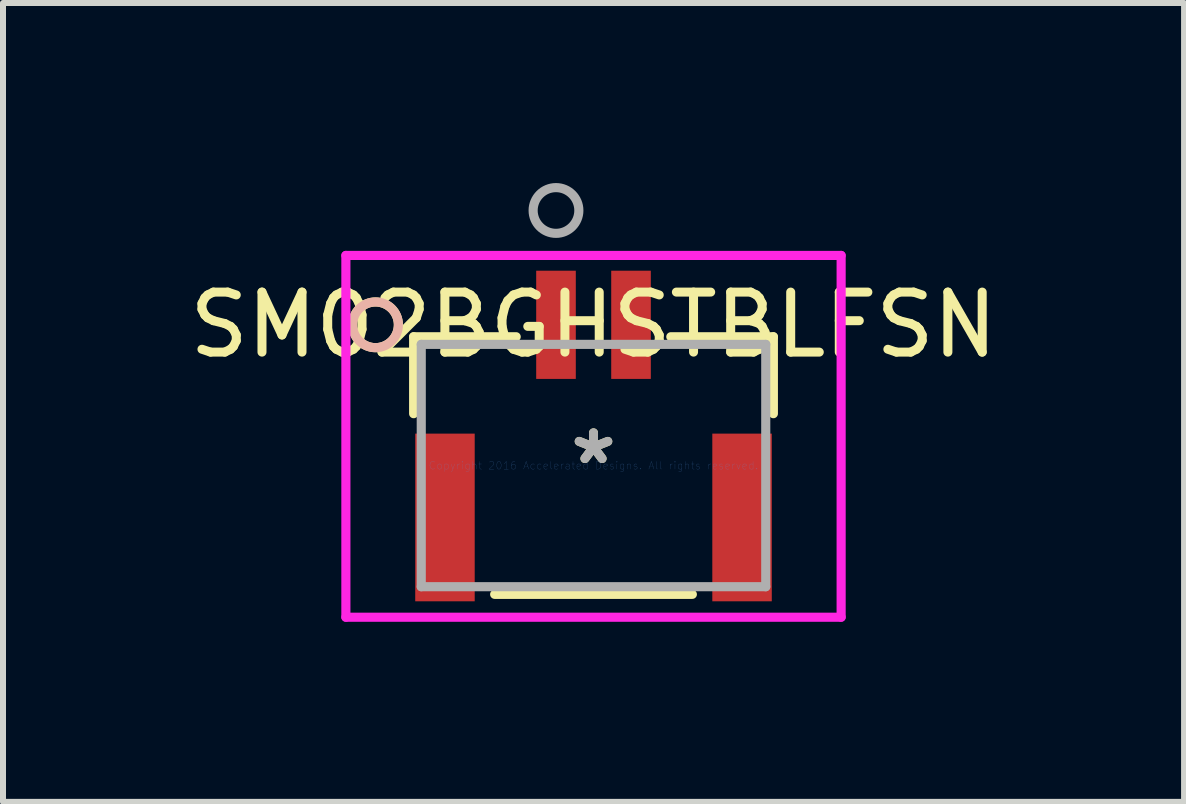
<source format=kicad_pcb>
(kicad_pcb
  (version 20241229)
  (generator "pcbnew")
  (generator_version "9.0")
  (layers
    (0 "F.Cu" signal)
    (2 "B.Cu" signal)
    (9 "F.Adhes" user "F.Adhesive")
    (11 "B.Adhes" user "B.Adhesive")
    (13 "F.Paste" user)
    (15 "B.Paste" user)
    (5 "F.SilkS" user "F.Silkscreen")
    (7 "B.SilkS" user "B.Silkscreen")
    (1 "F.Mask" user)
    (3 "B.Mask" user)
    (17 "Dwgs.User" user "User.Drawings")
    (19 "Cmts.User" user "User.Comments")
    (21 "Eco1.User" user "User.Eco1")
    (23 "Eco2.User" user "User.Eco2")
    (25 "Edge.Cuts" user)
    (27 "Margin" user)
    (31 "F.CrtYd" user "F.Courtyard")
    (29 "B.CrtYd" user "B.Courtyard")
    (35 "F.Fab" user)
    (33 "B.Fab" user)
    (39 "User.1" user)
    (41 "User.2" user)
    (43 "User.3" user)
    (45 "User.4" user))
  (footprint "SM02BGHSTBLFSN"
    (layer "F.Cu")
    (at 6.839 4.707)
    (property "Reference" "SM02BGHSTBLFSN" (at 0 -2.345 0) (layer "F.SilkS") (effects (font (size 1 1) (thickness 0.15))))
    (attr through_hole)
    (fp_line (start -2.997 -2.146) (end -2.997 -0.864) (stroke (width 0.152) (type solid)) (layer "F.SilkS"))
    (fp_line (start -1.647 2.146) (end 1.647 2.146) (stroke (width 0.152) (type solid)) (layer "F.SilkS"))
    (fp_line (start -1.288 -2.146) (end -2.997 -2.146) (stroke (width 0.152) (type solid)) (layer "F.SilkS"))
    (fp_line (start 2.997 -2.146) (end 1.288 -2.146) (stroke (width 0.152) (type solid)) (layer "F.SilkS"))
    (fp_line (start 2.997 -0.864) (end 2.997 -2.146) (stroke (width 0.152) (type solid)) (layer "F.SilkS"))
    (fp_circle (center -3.632 -2.345) (end -3.251 -2.345) (stroke (width 0.152) (type solid)) (fill no) (layer "F.SilkS"))
    (fp_circle (center -3.632 -2.345) (end -3.251 -2.345) (stroke (width 0.152) (type solid)) (fill no) (layer "B.SilkS"))
    (fp_line (start -4.126 -3.501) (end -4.126 2.527) (stroke (width 0.152) (type solid)) (layer "F.CrtYd"))
    (fp_line (start -4.126 2.527) (end 4.126 2.527) (stroke (width 0.152) (type solid)) (layer "F.CrtYd"))
    (fp_line (start 4.126 -3.501) (end -4.126 -3.501) (stroke (width 0.152) (type solid)) (layer "F.CrtYd"))
    (fp_line (start 4.126 2.527) (end 4.126 -3.501) (stroke (width 0.152) (type solid)) (layer "F.CrtYd"))
    (fp_line (start -2.87 -2.019) (end -2.87 2.019) (stroke (width 0.152) (type solid)) (layer "F.Fab"))
    (fp_line (start -2.87 2.019) (end 2.87 2.019) (stroke (width 0.152) (type solid)) (layer "F.Fab"))
    (fp_line (start 2.87 -2.019) (end -2.87 -2.019) (stroke (width 0.152) (type solid)) (layer "F.Fab"))
    (fp_line (start 2.87 2.019) (end 2.87 -2.019) (stroke (width 0.152) (type solid)) (layer "F.Fab"))
    (fp_circle (center -0.625 -4.25) (end -0.244 -4.25) (stroke (width 0.152) (type solid)) (fill no) (layer "F.Fab"))
    (fp_text user "*" (at 0 0 0) (layer "F.SilkS") (effects (font (size 1 1) (thickness 0.15))))
    (fp_text user "Copyright 2016 Accelerated Designs. All rights reserved." (at 0 0 0) (layer "Cmts.User") (effects (font (size 0.127 0.127) (thickness 0.002))))
    (fp_text user "*" (at 0 0 0) (layer "F.Fab") (effects (font (size 1 1) (thickness 0.15))))
    (pad "1" smd rect (at -0.625 -2.345) (size 0.66 1.803) (layers "F.Cu" "F.Mask" "F.Paste"))
    (pad "2" smd rect (at 0.625 -2.345) (size 0.66 1.803) (layers "F.Cu" "F.Mask" "F.Paste"))
    (pad "3" smd rect (at -2.475 0.865 90) (size 2.794 0.991) (layers "F.Cu" "F.Mask" "F.Paste"))
    (pad "4" smd rect (at 2.475 0.865 90) (size 2.794 0.991) (layers "F.Cu" "F.Mask" "F.Paste")))
  (gr_rect
    (start -3 -3)
    (end 16.679 10.311)
    (stroke (width 0.1) (type default))
    (fill no)
    (layer "Edge.Cuts")))
</source>
